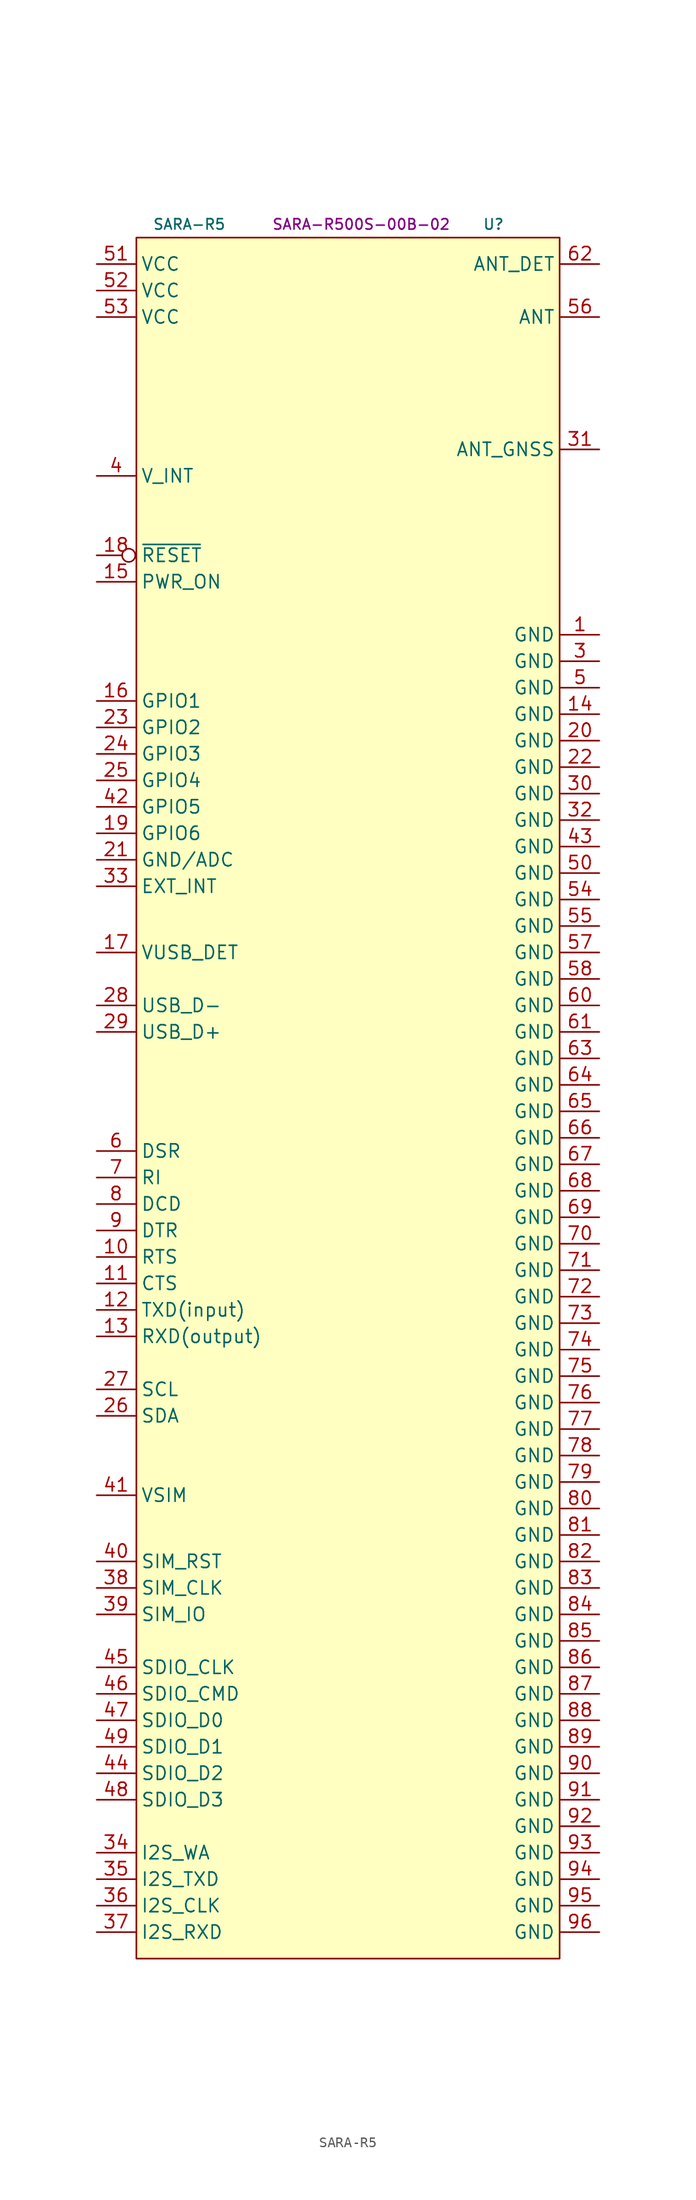
<source format=kicad_sym>
(kicad_symbol_lib
  (version 20231120)
  (generator "kicad_symbol_editor")
  (generator_version "8.0")
  (symbol "SARA-R5"
    (property "Reference" "U"
      (at 13.97 85.09 0)
      (effects (font (size 1 1))))
    (property "Value" "SARA-R5"
      (at -15.24 85.09 0)
      (effects (font (size 1 1))))
    (property "MPN" "SARA-R500S-00B-02"
      (at 1.27 85.09 0)
      (effects (font (size 1 1))))
    (symbol "SARA-R5_0_1"
      (rectangle (start -20.32 83.82) (end 20.32 -81.28) (stroke (width 0) (type default)) (fill (type background))))
    (symbol "SARA-R5_1_1"
      (pin power_in line (at 24.13 45.72 180) (length 3.71) (name "GND" (effects (font (size 1.27 1.27)))) (number "1" (effects (font (size 1.27 1.27)))))
      (pin input line (at -24.13 -13.97 0) (length 3.71) (name "RTS" (effects (font (size 1.27 1.27)))) (number "10" (effects (font (size 1.27 1.27)))))
      (pin output line (at -24.13 -16.51 0) (length 3.71) (name "CTS" (effects (font (size 1.27 1.27)))) (number "11" (effects (font (size 1.27 1.27)))))
      (pin input line (at -24.13 -19.05 0) (length 3.71) (name "TXD(input)" (effects (font (size 1.27 1.27)))) (number "12" (effects (font (size 1.27 1.27)))))
      (pin output line (at -24.13 -21.59 0) (length 3.71) (name "RXD(output)" (effects (font (size 1.27 1.27)))) (number "13" (effects (font (size 1.27 1.27)))))
      (pin power_in line (at 24.13 38.1 180) (length 3.71) (name "GND" (effects (font (size 1.27 1.27)))) (number "14" (effects (font (size 1.27 1.27)))))
      (pin input line (at -24.13 50.8 0) (length 3.71) (name "PWR_ON" (effects (font (size 1.27 1.27)))) (number "15" (effects (font (size 1.27 1.27)))))
      (pin bidirectional line (at -24.13 39.37 0) (length 3.71) (name "GPIO1" (effects (font (size 1.27 1.27)))) (number "16" (effects (font (size 1.27 1.27)))))
      (pin passive line (at -24.13 15.24 0) (length 3.71) (name "VUSB_DET" (effects (font (size 1.27 1.27)))) (number "17" (effects (font (size 1.27 1.27)))))
      (pin input inverted (at -24.13 53.34 0) (length 3.71) (name "~{RESET}" (effects (font (size 1.27 1.27)))) (number "18" (effects (font (size 1.27 1.27)))))
      (pin output line (at -24.13 26.67 0) (length 3.71) (name "GPIO6" (effects (font (size 1.27 1.27)))) (number "19" (effects (font (size 1.27 1.27)))))
      (pin power_in line (at 24.13 35.56 180) (length 3.71) (name "GND" (effects (font (size 1.27 1.27)))) (number "20" (effects (font (size 1.27 1.27)))))
      (pin input line (at -24.13 24.13 0) (length 3.71) (name "GND/ADC" (effects (font (size 1.27 1.27)))) (number "21" (effects (font (size 1.27 1.27)))))
      (pin power_in line (at 24.13 33.02 180) (length 3.71) (name "GND" (effects (font (size 1.27 1.27)))) (number "22" (effects (font (size 1.27 1.27)))))
      (pin bidirectional line (at -24.13 36.83 0) (length 3.71) (name "GPIO2" (effects (font (size 1.27 1.27)))) (number "23" (effects (font (size 1.27 1.27)))))
      (pin bidirectional line (at -24.13 34.29 0) (length 3.71) (name "GPIO3" (effects (font (size 1.27 1.27)))) (number "24" (effects (font (size 1.27 1.27)))))
      (pin bidirectional line (at -24.13 31.75 0) (length 3.71) (name "GPIO4" (effects (font (size 1.27 1.27)))) (number "25" (effects (font (size 1.27 1.27)))))
      (pin bidirectional line (at -24.13 -29.21 0) (length 3.71) (name "SDA" (effects (font (size 1.27 1.27)))) (number "26" (effects (font (size 1.27 1.27)))))
      (pin output line (at -24.13 -26.67 0) (length 3.71) (name "SCL" (effects (font (size 1.27 1.27)))) (number "27" (effects (font (size 1.27 1.27)))))
      (pin bidirectional line (at -24.13 10.16 0) (length 3.71) (name "USB_D-" (effects (font (size 1.27 1.27)))) (number "28" (effects (font (size 1.27 1.27)))))
      (pin bidirectional line (at -24.13 7.62 0) (length 3.71) (name "USB_D+" (effects (font (size 1.27 1.27)))) (number "29" (effects (font (size 1.27 1.27)))))
      (pin power_in line (at 24.13 43.18 180) (length 3.71) (name "GND" (effects (font (size 1.27 1.27)))) (number "3" (effects (font (size 1.27 1.27)))))
      (pin power_in line (at 24.13 30.48 180) (length 3.71) (name "GND" (effects (font (size 1.27 1.27)))) (number "30" (effects (font (size 1.27 1.27)))))
      (pin input line (at 24.13 63.5 180) (length 3.71) (name "ANT_GNSS" (effects (font (size 1.27 1.27)))) (number "31" (effects (font (size 1.27 1.27)))))
      (pin power_in line (at 24.13 27.94 180) (length 3.71) (name "GND" (effects (font (size 1.27 1.27)))) (number "32" (effects (font (size 1.27 1.27)))))
      (pin input line (at -24.13 21.59 0) (length 3.71) (name "EXT_INT" (effects (font (size 1.27 1.27)))) (number "33" (effects (font (size 1.27 1.27)))))
      (pin bidirectional line (at -24.13 -71.12 0) (length 3.71) (name "I2S_WA" (effects (font (size 1.27 1.27)))) (number "34" (effects (font (size 1.27 1.27)))))
      (pin bidirectional line (at -24.13 -73.66 0) (length 3.71) (name "I2S_TXD" (effects (font (size 1.27 1.27)))) (number "35" (effects (font (size 1.27 1.27)))))
      (pin bidirectional line (at -24.13 -76.2 0) (length 3.71) (name "I2S_CLK" (effects (font (size 1.27 1.27)))) (number "36" (effects (font (size 1.27 1.27)))))
      (pin bidirectional line (at -24.13 -78.74 0) (length 3.71) (name "I2S_RXD" (effects (font (size 1.27 1.27)))) (number "37" (effects (font (size 1.27 1.27)))))
      (pin output line (at -24.13 -45.72 0) (length 3.71) (name "SIM_CLK" (effects (font (size 1.27 1.27)))) (number "38" (effects (font (size 1.27 1.27)))))
      (pin bidirectional line (at -24.13 -48.26 0) (length 3.71) (name "SIM_IO" (effects (font (size 1.27 1.27)))) (number "39" (effects (font (size 1.27 1.27)))))
      (pin power_in line (at -24.13 60.96 0) (length 3.71) (name "V_INT" (effects (font (size 1.27 1.27)))) (number "4" (effects (font (size 1.27 1.27)))))
      (pin output line (at -24.13 -43.18 0) (length 3.71) (name "SIM_RST" (effects (font (size 1.27 1.27)))) (number "40" (effects (font (size 1.27 1.27)))))
      (pin power_out line (at -24.13 -36.83 0) (length 3.71) (name "VSIM" (effects (font (size 1.27 1.27)))) (number "41" (effects (font (size 1.27 1.27)))))
      (pin bidirectional line (at -24.13 29.21 0) (length 3.71) (name "GPIO5" (effects (font (size 1.27 1.27)))) (number "42" (effects (font (size 1.27 1.27)))))
      (pin power_in line (at 24.13 25.4 180) (length 3.71) (name "GND" (effects (font (size 1.27 1.27)))) (number "43" (effects (font (size 1.27 1.27)))))
      (pin bidirectional line (at -24.13 -63.5 0) (length 3.71) (name "SDIO_D2" (effects (font (size 1.27 1.27)))) (number "44" (effects (font (size 1.27 1.27)))))
      (pin output line (at -24.13 -53.34 0) (length 3.71) (name "SDIO_CLK" (effects (font (size 1.27 1.27)))) (number "45" (effects (font (size 1.27 1.27)))))
      (pin bidirectional line (at -24.13 -55.88 0) (length 3.71) (name "SDIO_CMD" (effects (font (size 1.27 1.27)))) (number "46" (effects (font (size 1.27 1.27)))))
      (pin bidirectional line (at -24.13 -58.42 0) (length 3.71) (name "SDIO_D0" (effects (font (size 1.27 1.27)))) (number "47" (effects (font (size 1.27 1.27)))))
      (pin bidirectional line (at -24.13 -66.04 0) (length 3.71) (name "SDIO_D3" (effects (font (size 1.27 1.27)))) (number "48" (effects (font (size 1.27 1.27)))))
      (pin bidirectional line (at -24.13 -60.96 0) (length 3.71) (name "SDIO_D1" (effects (font (size 1.27 1.27)))) (number "49" (effects (font (size 1.27 1.27)))))
      (pin power_in line (at 24.13 40.64 180) (length 3.71) (name "GND" (effects (font (size 1.27 1.27)))) (number "5" (effects (font (size 1.27 1.27)))))
      (pin power_in line (at 24.13 22.86 180) (length 3.71) (name "GND" (effects (font (size 1.27 1.27)))) (number "50" (effects (font (size 1.27 1.27)))))
      (pin power_in line (at -24.13 81.28 0) (length 3.71) (name "VCC" (effects (font (size 1.27 1.27)))) (number "51" (effects (font (size 1.27 1.27)))))
      (pin power_in line (at -24.13 78.74 0) (length 3.71) (name "VCC" (effects (font (size 1.27 1.27)))) (number "52" (effects (font (size 1.27 1.27)))))
      (pin power_in line (at -24.13 76.2 0) (length 3.71) (name "VCC" (effects (font (size 1.27 1.27)))) (number "53" (effects (font (size 1.27 1.27)))))
      (pin power_in line (at 24.13 20.32 180) (length 3.71) (name "GND" (effects (font (size 1.27 1.27)))) (number "54" (effects (font (size 1.27 1.27)))))
      (pin power_in line (at 24.13 17.78 180) (length 3.71) (name "GND" (effects (font (size 1.27 1.27)))) (number "55" (effects (font (size 1.27 1.27)))))
      (pin bidirectional line (at 24.13 76.2 180) (length 3.71) (name "ANT" (effects (font (size 1.27 1.27)))) (number "56" (effects (font (size 1.27 1.27)))))
      (pin power_in line (at 24.13 15.24 180) (length 3.71) (name "GND" (effects (font (size 1.27 1.27)))) (number "57" (effects (font (size 1.27 1.27)))))
      (pin power_in line (at 24.13 12.7 180) (length 3.71) (name "GND" (effects (font (size 1.27 1.27)))) (number "58" (effects (font (size 1.27 1.27)))))
      (pin bidirectional line (at -24.13 -3.81 0) (length 3.71) (name "DSR" (effects (font (size 1.27 1.27)))) (number "6" (effects (font (size 1.27 1.27)))))
      (pin power_in line (at 24.13 10.16 180) (length 3.71) (name "GND" (effects (font (size 1.27 1.27)))) (number "60" (effects (font (size 1.27 1.27)))))
      (pin power_in line (at 24.13 7.62 180) (length 3.71) (name "GND" (effects (font (size 1.27 1.27)))) (number "61" (effects (font (size 1.27 1.27)))))
      (pin input line (at 24.13 81.28 180) (length 3.71) (name "ANT_DET" (effects (font (size 1.27 1.27)))) (number "62" (effects (font (size 1.27 1.27)))))
      (pin power_in line (at 24.13 5.08 180) (length 3.71) (name "GND" (effects (font (size 1.27 1.27)))) (number "63" (effects (font (size 1.27 1.27)))))
      (pin power_in line (at 24.13 2.54 180) (length 3.71) (name "GND" (effects (font (size 1.27 1.27)))) (number "64" (effects (font (size 1.27 1.27)))))
      (pin power_in line (at 24.13 0 180) (length 3.71) (name "GND" (effects (font (size 1.27 1.27)))) (number "65" (effects (font (size 1.27 1.27)))))
      (pin power_in line (at 24.13 -2.54 180) (length 3.71) (name "GND" (effects (font (size 1.27 1.27)))) (number "66" (effects (font (size 1.27 1.27)))))
      (pin power_in line (at 24.13 -5.08 180) (length 3.71) (name "GND" (effects (font (size 1.27 1.27)))) (number "67" (effects (font (size 1.27 1.27)))))
      (pin power_in line (at 24.13 -7.62 180) (length 3.71) (name "GND" (effects (font (size 1.27 1.27)))) (number "68" (effects (font (size 1.27 1.27)))))
      (pin power_in line (at 24.13 -10.16 180) (length 3.71) (name "GND" (effects (font (size 1.27 1.27)))) (number "69" (effects (font (size 1.27 1.27)))))
      (pin bidirectional line (at -24.13 -6.35 0) (length 3.71) (name "RI" (effects (font (size 1.27 1.27)))) (number "7" (effects (font (size 1.27 1.27)))))
      (pin power_in line (at 24.13 -12.7 180) (length 3.71) (name "GND" (effects (font (size 1.27 1.27)))) (number "70" (effects (font (size 1.27 1.27)))))
      (pin power_in line (at 24.13 -15.24 180) (length 3.71) (name "GND" (effects (font (size 1.27 1.27)))) (number "71" (effects (font (size 1.27 1.27)))))
      (pin power_in line (at 24.13 -17.78 180) (length 3.71) (name "GND" (effects (font (size 1.27 1.27)))) (number "72" (effects (font (size 1.27 1.27)))))
      (pin power_in line (at 24.13 -20.32 180) (length 3.71) (name "GND" (effects (font (size 1.27 1.27)))) (number "73" (effects (font (size 1.27 1.27)))))
      (pin power_in line (at 24.13 -22.86 180) (length 3.71) (name "GND" (effects (font (size 1.27 1.27)))) (number "74" (effects (font (size 1.27 1.27)))))
      (pin power_in line (at 24.13 -25.4 180) (length 3.71) (name "GND" (effects (font (size 1.27 1.27)))) (number "75" (effects (font (size 1.27 1.27)))))
      (pin power_in line (at 24.13 -27.94 180) (length 3.71) (name "GND" (effects (font (size 1.27 1.27)))) (number "76" (effects (font (size 1.27 1.27)))))
      (pin power_in line (at 24.13 -30.48 180) (length 3.71) (name "GND" (effects (font (size 1.27 1.27)))) (number "77" (effects (font (size 1.27 1.27)))))
      (pin power_in line (at 24.13 -33.02 180) (length 3.71) (name "GND" (effects (font (size 1.27 1.27)))) (number "78" (effects (font (size 1.27 1.27)))))
      (pin power_in line (at 24.13 -35.56 180) (length 3.71) (name "GND" (effects (font (size 1.27 1.27)))) (number "79" (effects (font (size 1.27 1.27)))))
      (pin bidirectional line (at -24.13 -8.89 0) (length 3.71) (name "DCD" (effects (font (size 1.27 1.27)))) (number "8" (effects (font (size 1.27 1.27)))))
      (pin power_in line (at 24.13 -38.1 180) (length 3.71) (name "GND" (effects (font (size 1.27 1.27)))) (number "80" (effects (font (size 1.27 1.27)))))
      (pin power_in line (at 24.13 -40.64 180) (length 3.71) (name "GND" (effects (font (size 1.27 1.27)))) (number "81" (effects (font (size 1.27 1.27)))))
      (pin power_in line (at 24.13 -43.18 180) (length 3.71) (name "GND" (effects (font (size 1.27 1.27)))) (number "82" (effects (font (size 1.27 1.27)))))
      (pin power_in line (at 24.13 -45.72 180) (length 3.71) (name "GND" (effects (font (size 1.27 1.27)))) (number "83" (effects (font (size 1.27 1.27)))))
      (pin power_in line (at 24.13 -48.26 180) (length 3.71) (name "GND" (effects (font (size 1.27 1.27)))) (number "84" (effects (font (size 1.27 1.27)))))
      (pin power_in line (at 24.13 -50.8 180) (length 3.71) (name "GND" (effects (font (size 1.27 1.27)))) (number "85" (effects (font (size 1.27 1.27)))))
      (pin power_in line (at 24.13 -53.34 180) (length 3.71) (name "GND" (effects (font (size 1.27 1.27)))) (number "86" (effects (font (size 1.27 1.27)))))
      (pin power_in line (at 24.13 -55.88 180) (length 3.71) (name "GND" (effects (font (size 1.27 1.27)))) (number "87" (effects (font (size 1.27 1.27)))))
      (pin power_in line (at 24.13 -58.42 180) (length 3.71) (name "GND" (effects (font (size 1.27 1.27)))) (number "88" (effects (font (size 1.27 1.27)))))
      (pin power_in line (at 24.13 -60.96 180) (length 3.71) (name "GND" (effects (font (size 1.27 1.27)))) (number "89" (effects (font (size 1.27 1.27)))))
      (pin bidirectional line (at -24.13 -11.43 0) (length 3.71) (name "DTR" (effects (font (size 1.27 1.27)))) (number "9" (effects (font (size 1.27 1.27)))))
      (pin power_in line (at 24.13 -63.5 180) (length 3.71) (name "GND" (effects (font (size 1.27 1.27)))) (number "90" (effects (font (size 1.27 1.27)))))
      (pin power_in line (at 24.13 -66.04 180) (length 3.71) (name "GND" (effects (font (size 1.27 1.27)))) (number "91" (effects (font (size 1.27 1.27)))))
      (pin power_in line (at 24.13 -68.58 180) (length 3.71) (name "GND" (effects (font (size 1.27 1.27)))) (number "92" (effects (font (size 1.27 1.27)))))
      (pin power_in line (at 24.13 -71.12 180) (length 3.71) (name "GND" (effects (font (size 1.27 1.27)))) (number "93" (effects (font (size 1.27 1.27)))))
      (pin power_in line (at 24.13 -73.66 180) (length 3.71) (name "GND" (effects (font (size 1.27 1.27)))) (number "94" (effects (font (size 1.27 1.27)))))
      (pin power_in line (at 24.13 -76.2 180) (length 3.71) (name "GND" (effects (font (size 1.27 1.27)))) (number "95" (effects (font (size 1.27 1.27)))))
      (pin power_in line (at 24.13 -78.74 180) (length 3.71) (name "GND" (effects (font (size 1.27 1.27)))) (number "96" (effects (font (size 1.27 1.27))))))))
</source>
